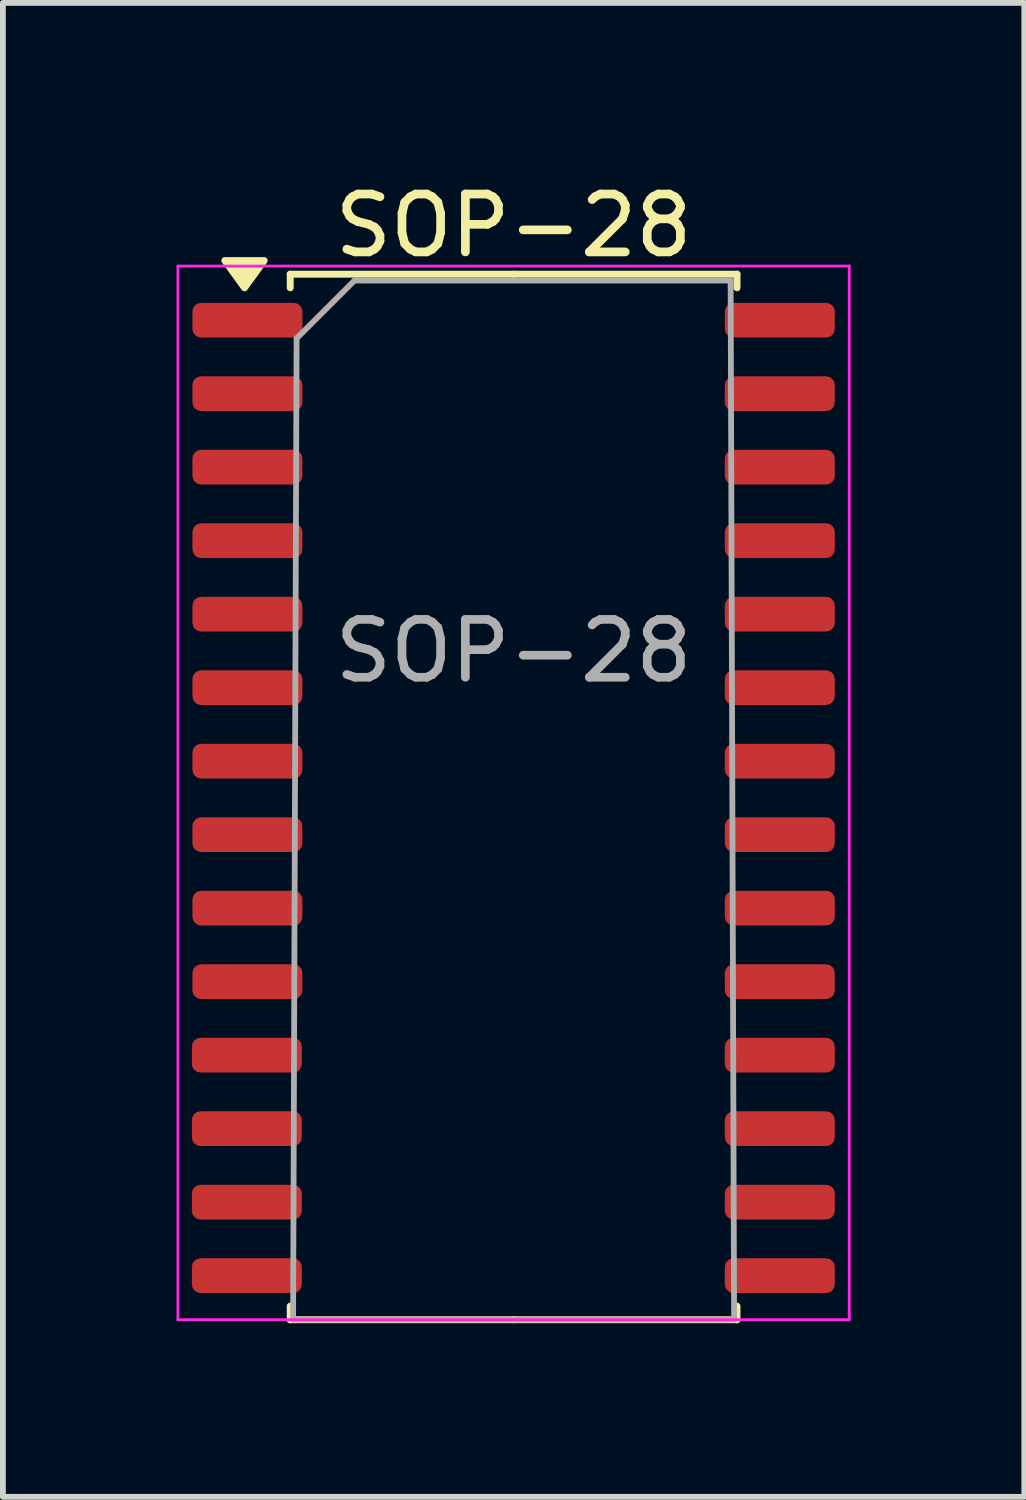
<source format=kicad_pcb>
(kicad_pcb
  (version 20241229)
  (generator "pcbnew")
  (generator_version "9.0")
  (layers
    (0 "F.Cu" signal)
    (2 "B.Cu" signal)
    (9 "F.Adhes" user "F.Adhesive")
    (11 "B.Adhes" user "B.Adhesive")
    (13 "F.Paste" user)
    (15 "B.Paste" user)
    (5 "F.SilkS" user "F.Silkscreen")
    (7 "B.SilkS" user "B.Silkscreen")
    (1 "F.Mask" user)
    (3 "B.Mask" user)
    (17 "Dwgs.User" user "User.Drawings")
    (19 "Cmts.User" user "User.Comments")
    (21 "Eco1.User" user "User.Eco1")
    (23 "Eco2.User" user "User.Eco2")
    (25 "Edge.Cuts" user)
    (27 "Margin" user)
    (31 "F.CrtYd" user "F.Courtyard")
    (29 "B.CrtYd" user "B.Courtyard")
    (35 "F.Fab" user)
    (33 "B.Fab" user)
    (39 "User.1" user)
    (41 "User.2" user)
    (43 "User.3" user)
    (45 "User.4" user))
  (footprint "SOP-28"
    (layer "F.Cu")
    (at 5.825 7.563)
    (property "Reference" "SOP-28" (at 0 -6.715 0) (layer "F.SilkS") (effects (font (size 1 1) (thickness 0.15))))
    (attr smd)
    (fp_line (start -3.86 -5.875) (end -3.86 -5.64) (stroke (width 0.12) (type solid)) (layer "F.SilkS"))
    (fp_line (start -3.86 12.192) (end -3.86 11.957) (stroke (width 0.12) (type solid)) (layer "F.SilkS"))
    (fp_line (start 0 -5.875) (end -3.86 -5.875) (stroke (width 0.12) (type solid)) (layer "F.SilkS"))
    (fp_line (start 0 -5.875) (end 3.86 -5.875) (stroke (width 0.12) (type solid)) (layer "F.SilkS"))
    (fp_line (start 0 12.192) (end -3.86 12.192) (stroke (width 0.12) (type solid)) (layer "F.SilkS"))
    (fp_line (start 0 12.192) (end 3.86 12.192) (stroke (width 0.12) (type solid)) (layer "F.SilkS"))
    (fp_line (start 3.86 -5.875) (end 3.86 -5.64) (stroke (width 0.12) (type solid)) (layer "F.SilkS"))
    (fp_line (start 3.86 12.192) (end 3.86 11.957) (stroke (width 0.12) (type solid)) (layer "F.SilkS"))
    (fp_poly (pts (xy -4.65 -5.64) (xy -4.99 -6.11) (xy -4.31 -6.11) (xy -4.65 -5.64)) (stroke (width 0.12) (type solid)) (fill yes) (layer "F.SilkS"))
    (fp_line (start -5.8 -6.015) (end -5.8 12.192) (stroke (width 0.05) (type solid)) (layer "F.CrtYd"))
    (fp_line (start -5.8 12.192) (end 5.8 12.192) (stroke (width 0.05) (type solid)) (layer "F.CrtYd"))
    (fp_line (start 5.8 -6.015) (end -5.8 -6.015) (stroke (width 0.05) (type solid)) (layer "F.CrtYd"))
    (fp_line (start 5.8 12.192) (end 5.8 -6.015) (stroke (width 0.05) (type solid)) (layer "F.CrtYd"))
    (fp_line (start -3.81 12.192) (end -3.75 -4.765) (stroke (width 0.1) (type solid)) (layer "F.Fab"))
    (fp_line (start -3.75 -4.765) (end -2.75 -5.765) (stroke (width 0.1) (type solid)) (layer "F.Fab"))
    (fp_line (start -2.75 -5.765) (end 3.75 -5.765) (stroke (width 0.1) (type solid)) (layer "F.Fab"))
    (fp_line (start 3.75 -5.765) (end 3.81 12.192) (stroke (width 0.1) (type solid)) (layer "F.Fab"))
    (fp_line (start 3.75 12.192) (end -3.75 12.192) (stroke (width 0.1) (type solid)) (layer "F.Fab"))
    (fp_text user "${REFERENCE}" (at 0 0.635 0) (layer "F.Fab") (effects (font (size 1 1) (thickness 0.15))))
    (pad "1" smd roundrect (at -4.6 -5.08) (size 1.9 0.6) (layers "F.Cu" "F.Mask" "F.Paste") (roundrect_rratio 0.25))
    (pad "2" smd roundrect (at -4.6 -3.81) (size 1.9 0.6) (layers "F.Cu" "F.Mask" "F.Paste") (roundrect_rratio 0.25))
    (pad "3" smd roundrect (at -4.6 -2.54) (size 1.9 0.6) (layers "F.Cu" "F.Mask" "F.Paste") (roundrect_rratio 0.25))
    (pad "4" smd roundrect (at -4.6 -1.27) (size 1.9 0.6) (layers "F.Cu" "F.Mask" "F.Paste") (roundrect_rratio 0.25))
    (pad "5" smd roundrect (at -4.6 0) (size 1.9 0.6) (layers "F.Cu" "F.Mask" "F.Paste") (roundrect_rratio 0.25))
    (pad "6" smd roundrect (at -4.6 1.27) (size 1.9 0.6) (layers "F.Cu" "F.Mask" "F.Paste") (roundrect_rratio 0.25))
    (pad "7" smd roundrect (at -4.6 2.54) (size 1.9 0.6) (layers "F.Cu" "F.Mask" "F.Paste") (roundrect_rratio 0.25))
    (pad "8" smd roundrect (at -4.6 3.81) (size 1.9 0.6) (layers "F.Cu" "F.Mask" "F.Paste") (roundrect_rratio 0.25))
    (pad "9" smd roundrect (at -4.6 5.08) (size 1.9 0.6) (layers "F.Cu" "F.Mask" "F.Paste") (roundrect_rratio 0.25))
    (pad "10" smd roundrect (at -4.6 6.35) (size 1.9 0.6) (layers "F.Cu" "F.Mask" "F.Paste") (roundrect_rratio 0.25))
    (pad "11" smd roundrect (at -4.61 7.62) (size 1.9 0.6) (layers "F.Cu" "F.Mask" "F.Paste") (roundrect_rratio 0.25))
    (pad "12" smd roundrect (at -4.61 8.89) (size 1.9 0.6) (layers "F.Cu" "F.Mask" "F.Paste") (roundrect_rratio 0.25))
    (pad "13" smd roundrect (at -4.61 10.16) (size 1.9 0.6) (layers "F.Cu" "F.Mask" "F.Paste") (roundrect_rratio 0.25))
    (pad "14" smd roundrect (at -4.61 11.43) (size 1.9 0.6) (layers "F.Cu" "F.Mask" "F.Paste") (roundrect_rratio 0.25))
    (pad "15" smd roundrect (at 4.6 11.43) (size 1.9 0.6) (layers "F.Cu" "F.Mask" "F.Paste") (roundrect_rratio 0.25))
    (pad "16" smd roundrect (at 4.6 10.16) (size 1.9 0.6) (layers "F.Cu" "F.Mask" "F.Paste") (roundrect_rratio 0.25))
    (pad "17" smd roundrect (at 4.6 8.89) (size 1.9 0.6) (layers "F.Cu" "F.Mask" "F.Paste") (roundrect_rratio 0.25))
    (pad "18" smd roundrect (at 4.6 7.62) (size 1.9 0.6) (layers "F.Cu" "F.Mask" "F.Paste") (roundrect_rratio 0.25))
    (pad "19" smd roundrect (at 4.6 6.35) (size 1.9 0.6) (layers "F.Cu" "F.Mask" "F.Paste") (roundrect_rratio 0.25))
    (pad "20" smd roundrect (at 4.6 5.08) (size 1.9 0.6) (layers "F.Cu" "F.Mask" "F.Paste") (roundrect_rratio 0.25))
    (pad "21" smd roundrect (at 4.6 3.81) (size 1.9 0.6) (layers "F.Cu" "F.Mask" "F.Paste") (roundrect_rratio 0.25))
    (pad "22" smd roundrect (at 4.6 2.54) (size 1.9 0.6) (layers "F.Cu" "F.Mask" "F.Paste") (roundrect_rratio 0.25))
    (pad "23" smd roundrect (at 4.6 1.27) (size 1.9 0.6) (layers "F.Cu" "F.Mask" "F.Paste") (roundrect_rratio 0.25))
    (pad "24" smd roundrect (at 4.6 0) (size 1.9 0.6) (layers "F.Cu" "F.Mask" "F.Paste") (roundrect_rratio 0.25))
    (pad "25" smd roundrect (at 4.6 -1.27) (size 1.9 0.6) (layers "F.Cu" "F.Mask" "F.Paste") (roundrect_rratio 0.25))
    (pad "26" smd roundrect (at 4.6 -2.54) (size 1.9 0.6) (layers "F.Cu" "F.Mask" "F.Paste") (roundrect_rratio 0.25))
    (pad "27" smd roundrect (at 4.6 -3.81) (size 1.9 0.6) (layers "F.Cu" "F.Mask" "F.Paste") (roundrect_rratio 0.25))
    (pad "28" smd roundrect (at 4.6 -5.08) (size 1.9 0.6) (layers "F.Cu" "F.Mask" "F.Paste") (roundrect_rratio 0.25)))
  (gr_rect
    (start -3 -3)
    (end 14.65 22.815)
    (stroke (width 0.1) (type default))
    (fill no)
    (layer "Edge.Cuts")))
</source>
